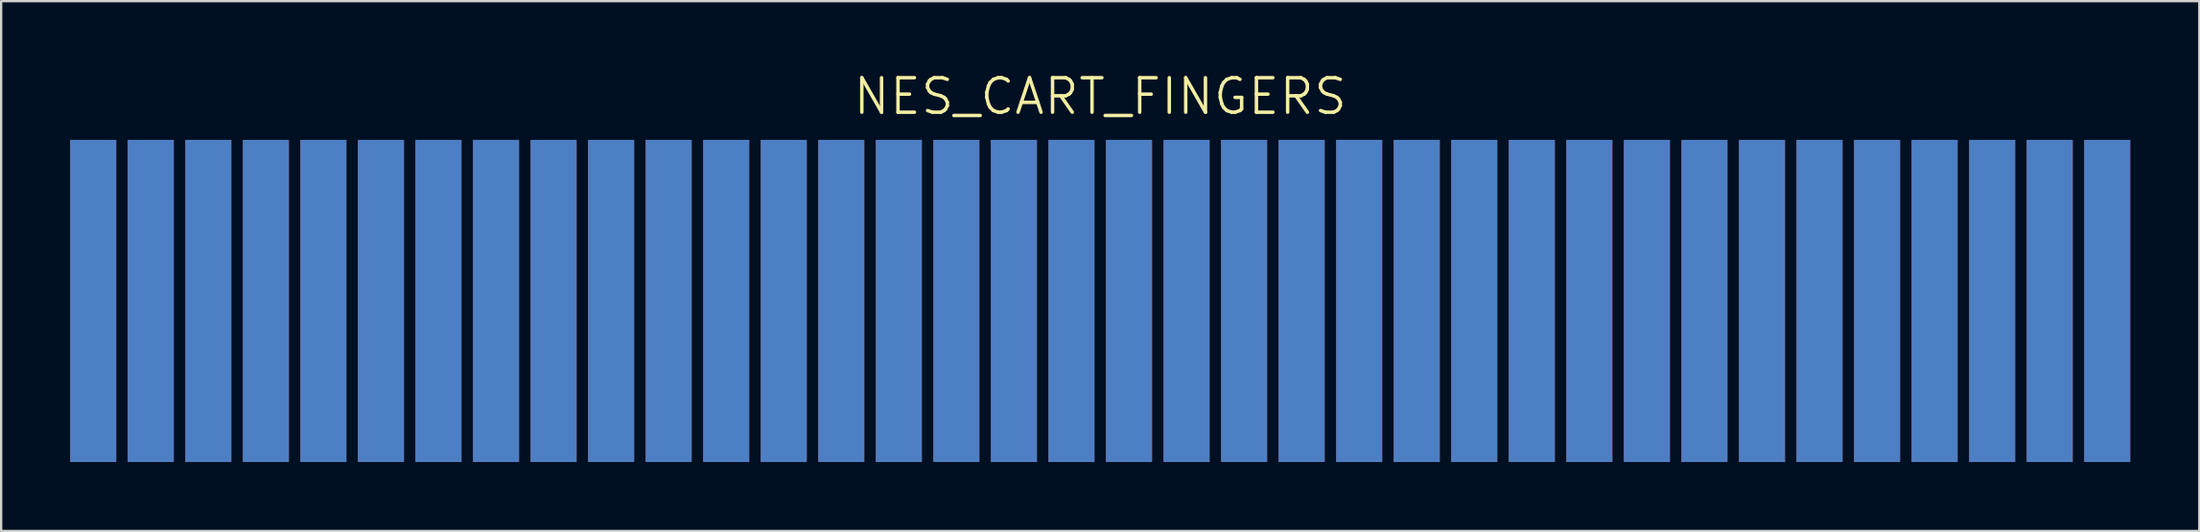
<source format=kicad_pcb>
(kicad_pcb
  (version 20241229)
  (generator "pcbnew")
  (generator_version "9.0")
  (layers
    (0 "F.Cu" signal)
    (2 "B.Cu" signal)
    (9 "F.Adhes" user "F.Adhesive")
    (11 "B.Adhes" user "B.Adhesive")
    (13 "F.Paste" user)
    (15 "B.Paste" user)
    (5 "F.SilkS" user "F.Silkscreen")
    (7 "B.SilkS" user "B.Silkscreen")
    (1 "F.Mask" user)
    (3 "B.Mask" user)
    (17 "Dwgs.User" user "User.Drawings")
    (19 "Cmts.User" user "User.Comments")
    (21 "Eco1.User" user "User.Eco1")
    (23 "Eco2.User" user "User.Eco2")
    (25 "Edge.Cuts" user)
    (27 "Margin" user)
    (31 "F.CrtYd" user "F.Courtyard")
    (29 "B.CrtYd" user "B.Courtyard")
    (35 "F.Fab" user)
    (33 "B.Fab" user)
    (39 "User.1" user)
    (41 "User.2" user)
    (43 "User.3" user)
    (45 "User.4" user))
  (footprint "NES_CART_FINGERS"
    (layer "F.Cu")
    (at 44.75 10.031)
    (property "Reference" "NES_CART_FINGERS" (at 0 -8.89 0) (layer "F.SilkS") (effects (font (size 1.5 1.5) (thickness 0.15))))
    (attr through_hole)
    (pad "1" connect rect (at 43.75 0) (size 2 14) (layers "F.Cu" "F.Mask"))
    (pad "2" connect rect (at 41.25 0) (size 2 14) (layers "F.Cu" "F.Mask"))
    (pad "3" connect rect (at 38.75 0) (size 2 14) (layers "F.Cu" "F.Mask"))
    (pad "4" connect rect (at 36.25 0) (size 2 14) (layers "F.Cu" "F.Mask"))
    (pad "5" connect rect (at 33.75 0) (size 2 14) (layers "F.Cu" "F.Mask"))
    (pad "6" connect rect (at 31.25 0) (size 2 14) (layers "F.Cu" "F.Mask"))
    (pad "7" connect rect (at 28.75 0) (size 2 14) (layers "F.Cu" "F.Mask"))
    (pad "8" connect rect (at 26.25 0) (size 2 14) (layers "F.Cu" "F.Mask"))
    (pad "9" connect rect (at 23.75 0) (size 2 14) (layers "F.Cu" "F.Mask"))
    (pad "10" connect rect (at 21.25 0) (size 2 14) (layers "F.Cu" "F.Mask"))
    (pad "11" connect rect (at 18.75 0) (size 2 14) (layers "F.Cu" "F.Mask"))
    (pad "12" connect rect (at 16.25 0) (size 2 14) (layers "F.Cu" "F.Mask"))
    (pad "13" connect rect (at 13.75 0) (size 2 14) (layers "F.Cu" "F.Mask"))
    (pad "14" connect rect (at 11.25 0) (size 2 14) (layers "F.Cu" "F.Mask"))
    (pad "15" connect rect (at 8.75 0) (size 2 14) (layers "F.Cu" "F.Mask"))
    (pad "16" connect rect (at 6.25 0) (size 2 14) (layers "F.Cu" "F.Mask"))
    (pad "17" connect rect (at 3.75 0) (size 2 14) (layers "F.Cu" "F.Mask"))
    (pad "18" connect rect (at 1.25 0) (size 2 14) (layers "F.Cu" "F.Mask"))
    (pad "19" connect rect (at -1.25 0) (size 2 14) (layers "F.Cu" "F.Mask"))
    (pad "20" connect rect (at -3.75 0) (size 2 14) (layers "F.Cu" "F.Mask"))
    (pad "21" connect rect (at -6.25 0) (size 2 14) (layers "F.Cu" "F.Mask"))
    (pad "22" connect rect (at -8.75 0) (size 2 14) (layers "F.Cu" "F.Mask"))
    (pad "23" connect rect (at -11.25 0) (size 2 14) (layers "F.Cu" "F.Mask"))
    (pad "24" connect rect (at -13.75 0) (size 2 14) (layers "F.Cu" "F.Mask"))
    (pad "25" connect rect (at -16.25 0) (size 2 14) (layers "F.Cu" "F.Mask"))
    (pad "26" connect rect (at -18.75 0) (size 2 14) (layers "F.Cu" "F.Mask"))
    (pad "27" connect rect (at -21.25 0) (size 2 14) (layers "F.Cu" "F.Mask"))
    (pad "28" connect rect (at -23.75 0) (size 2 14) (layers "F.Cu" "F.Mask"))
    (pad "29" connect rect (at -26.25 0) (size 2 14) (layers "F.Cu" "F.Mask"))
    (pad "30" connect rect (at -28.75 0) (size 2 14) (layers "F.Cu" "F.Mask"))
    (pad "31" connect rect (at -31.25 0) (size 2 14) (layers "F.Cu" "F.Mask"))
    (pad "32" connect rect (at -33.75 0) (size 2 14) (layers "F.Cu" "F.Mask"))
    (pad "33" connect rect (at -36.25 0) (size 2 14) (layers "F.Cu" "F.Mask"))
    (pad "34" connect rect (at -38.75 0) (size 2 14) (layers "F.Cu" "F.Mask"))
    (pad "35" connect rect (at -41.25 0) (size 2 14) (layers "F.Cu" "F.Mask"))
    (pad "36" connect rect (at -43.75 0) (size 2 14) (layers "F.Cu" "F.Mask"))
    (pad "37" connect rect (at 43.75 0) (size 2 14) (layers "B.Cu" "B.Mask"))
    (pad "38" connect rect (at 41.25 0) (size 2 14) (layers "B.Cu" "B.Mask"))
    (pad "39" connect rect (at 38.75 0) (size 2 14) (layers "B.Cu" "B.Mask"))
    (pad "40" connect rect (at 36.25 0) (size 2 14) (layers "B.Cu" "B.Mask"))
    (pad "41" connect rect (at 33.75 0) (size 2 14) (layers "B.Cu" "B.Mask"))
    (pad "42" connect rect (at 31.25 0) (size 2 14) (layers "B.Cu" "B.Mask"))
    (pad "43" connect rect (at 28.75 0) (size 2 14) (layers "B.Cu" "B.Mask"))
    (pad "44" connect rect (at 26.25 0) (size 2 14) (layers "B.Cu" "B.Mask"))
    (pad "45" connect rect (at 23.75 0) (size 2 14) (layers "B.Cu" "B.Mask"))
    (pad "46" connect rect (at 21.25 0) (size 2 14) (layers "B.Cu" "B.Mask"))
    (pad "47" connect rect (at 18.75 0) (size 2 14) (layers "B.Cu" "B.Mask"))
    (pad "48" connect rect (at 16.25 0) (size 2 14) (layers "B.Cu" "B.Mask"))
    (pad "49" connect rect (at 13.75 0) (size 2 14) (layers "B.Cu" "B.Mask"))
    (pad "50" connect rect (at 11.25 0) (size 2 14) (layers "B.Cu" "B.Mask"))
    (pad "51" connect rect (at 8.75 0) (size 2 14) (layers "B.Cu" "B.Mask"))
    (pad "52" connect rect (at 6.25 0) (size 2 14) (layers "B.Cu" "B.Mask"))
    (pad "53" connect rect (at 3.75 0) (size 2 14) (layers "B.Cu" "B.Mask"))
    (pad "54" connect rect (at 1.25 0) (size 2 14) (layers "B.Cu" "B.Mask"))
    (pad "55" connect rect (at -1.25 0) (size 2 14) (layers "B.Cu" "B.Mask"))
    (pad "56" connect rect (at -3.75 0) (size 2 14) (layers "B.Cu" "B.Mask"))
    (pad "57" connect rect (at -6.25 0) (size 2 14) (layers "B.Cu" "B.Mask"))
    (pad "58" connect rect (at -8.75 0) (size 2 14) (layers "B.Cu" "B.Mask"))
    (pad "59" connect rect (at -11.25 0) (size 2 14) (layers "B.Cu" "B.Mask"))
    (pad "60" connect rect (at -13.75 0) (size 2 14) (layers "B.Cu" "B.Mask"))
    (pad "61" connect rect (at -16.25 0) (size 2 14) (layers "B.Cu" "B.Mask"))
    (pad "62" connect rect (at -18.75 0) (size 2 14) (layers "B.Cu" "B.Mask"))
    (pad "63" connect rect (at -21.25 0) (size 2 14) (layers "B.Cu" "B.Mask"))
    (pad "64" connect rect (at -23.75 0) (size 2 14) (layers "B.Cu" "B.Mask"))
    (pad "65" connect rect (at -26.25 0) (size 2 14) (layers "B.Cu" "B.Mask"))
    (pad "66" connect rect (at -28.75 0) (size 2 14) (layers "B.Cu" "B.Mask"))
    (pad "67" connect rect (at -31.25 0) (size 2 14) (layers "B.Cu" "B.Mask"))
    (pad "68" connect rect (at -33.75 0) (size 2 14) (layers "B.Cu" "B.Mask"))
    (pad "69" connect rect (at -36.25 0) (size 2 14) (layers "B.Cu" "B.Mask"))
    (pad "70" connect rect (at -38.75 0) (size 2 14) (layers "B.Cu" "B.Mask"))
    (pad "71" connect rect (at -41.25 0) (size 2 14) (layers "B.Cu" "B.Mask"))
    (pad "72" connect rect (at -43.75 0) (size 2 14) (layers "B.Cu" "B.Mask")))
  (gr_rect
    (start -3 -3)
    (end 92.5 20.031)
    (stroke (width 0.1) (type default))
    (fill no)
    (layer "Edge.Cuts")))
</source>
